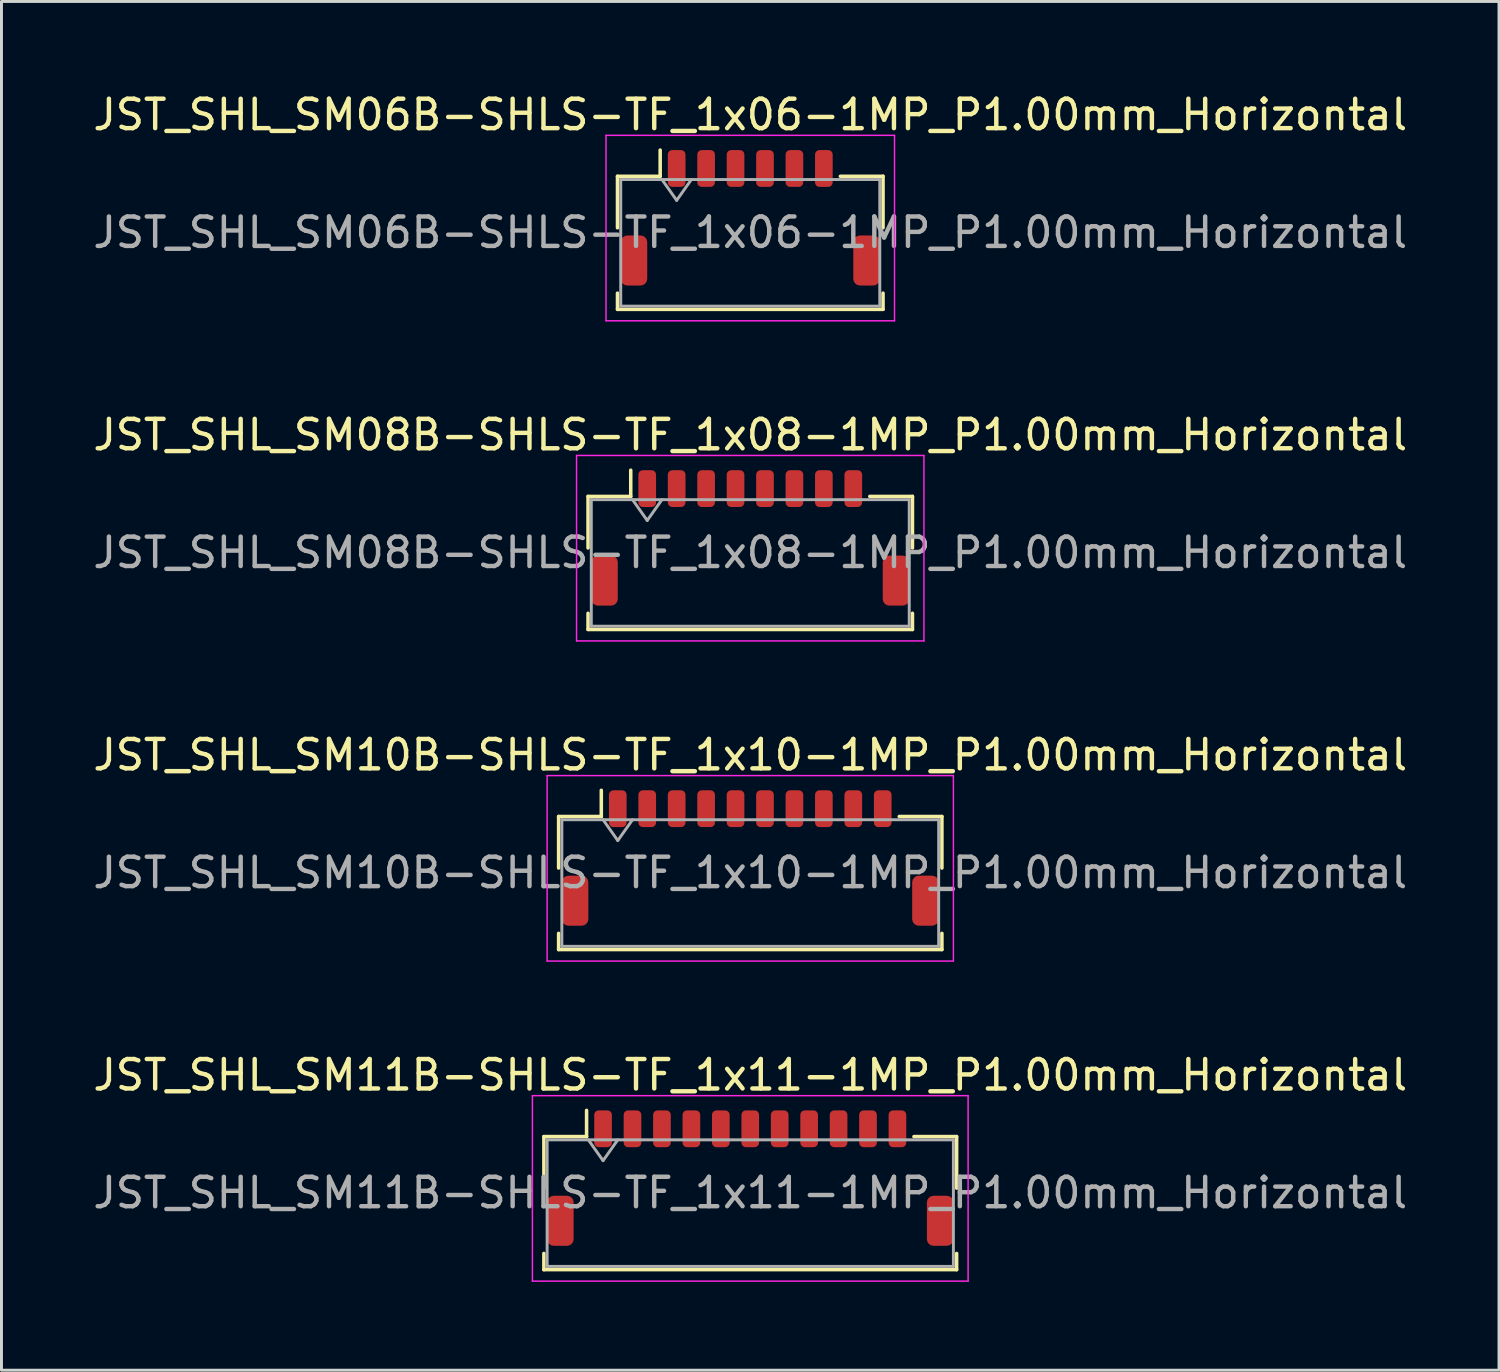
<source format=kicad_pcb>
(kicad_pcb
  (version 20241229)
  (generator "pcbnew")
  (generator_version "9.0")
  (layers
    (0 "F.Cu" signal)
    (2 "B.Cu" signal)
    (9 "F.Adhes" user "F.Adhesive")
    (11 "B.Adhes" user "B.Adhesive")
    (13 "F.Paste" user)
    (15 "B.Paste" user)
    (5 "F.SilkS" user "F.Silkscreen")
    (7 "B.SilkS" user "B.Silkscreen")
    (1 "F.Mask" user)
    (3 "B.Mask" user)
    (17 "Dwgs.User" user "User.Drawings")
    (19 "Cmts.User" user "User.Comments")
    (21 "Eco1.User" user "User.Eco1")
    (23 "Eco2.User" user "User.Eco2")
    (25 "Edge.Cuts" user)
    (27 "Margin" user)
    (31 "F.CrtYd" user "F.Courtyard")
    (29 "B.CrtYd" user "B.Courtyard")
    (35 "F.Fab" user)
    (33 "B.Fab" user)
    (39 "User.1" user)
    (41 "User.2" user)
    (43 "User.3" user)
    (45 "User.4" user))
  (footprint "JST_SHL_SM10B-SHLS-TF_1x10-1MP_P1.00mm_Horizontal"
    (layer "F.Cu")
    (at 22.435 26.095)
    (property "Reference" "JST_SHL_SM10B-SHLS-TF_1x10-1MP_P1.00mm_Horizontal" (at 0 -3.5 0) (layer "F.SilkS") (effects (font (size 1 1) (thickness 0.15))))
    (attr smd)
    (fp_line (start -6.51 -1.41) (end -5.06 -1.41) (stroke (width 0.12) (type solid)) (layer "F.SilkS"))
    (fp_line (start -6.51 0.34) (end -6.51 -1.41) (stroke (width 0.12) (type solid)) (layer "F.SilkS"))
    (fp_line (start -6.51 2.56) (end -6.51 3.11) (stroke (width 0.12) (type solid)) (layer "F.SilkS"))
    (fp_line (start -6.51 3.11) (end 6.51 3.11) (stroke (width 0.12) (type solid)) (layer "F.SilkS"))
    (fp_line (start -5.06 -1.41) (end -5.06 -2.3) (stroke (width 0.12) (type solid)) (layer "F.SilkS"))
    (fp_line (start 6.51 -1.41) (end 5.06 -1.41) (stroke (width 0.12) (type solid)) (layer "F.SilkS"))
    (fp_line (start 6.51 0.34) (end 6.51 -1.41) (stroke (width 0.12) (type solid)) (layer "F.SilkS"))
    (fp_line (start 6.51 3.11) (end 6.51 2.56) (stroke (width 0.12) (type solid)) (layer "F.SilkS"))
    (fp_line (start -6.9 -2.8) (end -6.9 3.5) (stroke (width 0.05) (type solid)) (layer "F.CrtYd"))
    (fp_line (start -6.9 3.5) (end 6.9 3.5) (stroke (width 0.05) (type solid)) (layer "F.CrtYd"))
    (fp_line (start 6.9 -2.8) (end -6.9 -2.8) (stroke (width 0.05) (type solid)) (layer "F.CrtYd"))
    (fp_line (start 6.9 3.5) (end 6.9 -2.8) (stroke (width 0.05) (type solid)) (layer "F.CrtYd"))
    (fp_line (start -6.4 -1.3) (end -6.4 3) (stroke (width 0.1) (type solid)) (layer "F.Fab"))
    (fp_line (start -6.4 -1.3) (end 6.4 -1.3) (stroke (width 0.1) (type solid)) (layer "F.Fab"))
    (fp_line (start -6.4 3) (end 6.4 3) (stroke (width 0.1) (type solid)) (layer "F.Fab"))
    (fp_line (start -5 -1.3) (end -4.5 -0.593) (stroke (width 0.1) (type solid)) (layer "F.Fab"))
    (fp_line (start -4.5 -0.593) (end -4 -1.3) (stroke (width 0.1) (type solid)) (layer "F.Fab"))
    (fp_line (start 6.4 -1.3) (end 6.4 3) (stroke (width 0.1) (type solid)) (layer "F.Fab"))
    (fp_text user "${REFERENCE}" (at 0 0.5 0) (layer "F.Fab") (effects (font (size 1 1) (thickness 0.15))))
    (pad "1" smd roundrect (at -4.5 -1.675) (size 0.6 1.25) (layers "F.Cu" "F.Mask" "F.Paste") (roundrect_rratio 0.25))
    (pad "2" smd roundrect (at -3.5 -1.675) (size 0.6 1.25) (layers "F.Cu" "F.Mask" "F.Paste") (roundrect_rratio 0.25))
    (pad "3" smd roundrect (at -2.5 -1.675) (size 0.6 1.25) (layers "F.Cu" "F.Mask" "F.Paste") (roundrect_rratio 0.25))
    (pad "4" smd roundrect (at -1.5 -1.675) (size 0.6 1.25) (layers "F.Cu" "F.Mask" "F.Paste") (roundrect_rratio 0.25))
    (pad "5" smd roundrect (at -0.5 -1.675) (size 0.6 1.25) (layers "F.Cu" "F.Mask" "F.Paste") (roundrect_rratio 0.25))
    (pad "6" smd roundrect (at 0.5 -1.675) (size 0.6 1.25) (layers "F.Cu" "F.Mask" "F.Paste") (roundrect_rratio 0.25))
    (pad "7" smd roundrect (at 1.5 -1.675) (size 0.6 1.25) (layers "F.Cu" "F.Mask" "F.Paste") (roundrect_rratio 0.25))
    (pad "8" smd roundrect (at 2.5 -1.675) (size 0.6 1.25) (layers "F.Cu" "F.Mask" "F.Paste") (roundrect_rratio 0.25))
    (pad "9" smd roundrect (at 3.5 -1.675) (size 0.6 1.25) (layers "F.Cu" "F.Mask" "F.Paste") (roundrect_rratio 0.25))
    (pad "10" smd roundrect (at 4.5 -1.675) (size 0.6 1.25) (layers "F.Cu" "F.Mask" "F.Paste") (roundrect_rratio 0.25))
    (pad "MP" smd roundrect (at -5.95 1.45) (size 0.9 1.7) (layers "F.Cu" "F.Mask" "F.Paste") (roundrect_rratio 0.25))
    (pad "MP" smd roundrect (at 5.95 1.45) (size 0.9 1.7) (layers "F.Cu" "F.Mask" "F.Paste") (roundrect_rratio 0.25)))
  (footprint "JST_SHL_SM11B-SHLS-TF_1x11-1MP_P1.00mm_Horizontal"
    (layer "F.Cu")
    (at 22.435 36.968)
    (property "Reference" "JST_SHL_SM11B-SHLS-TF_1x11-1MP_P1.00mm_Horizontal" (at 0 -3.5 0) (layer "F.SilkS") (effects (font (size 1 1) (thickness 0.15))))
    (attr smd)
    (fp_line (start -7.01 -1.41) (end -5.56 -1.41) (stroke (width 0.12) (type solid)) (layer "F.SilkS"))
    (fp_line (start -7.01 0.34) (end -7.01 -1.41) (stroke (width 0.12) (type solid)) (layer "F.SilkS"))
    (fp_line (start -7.01 2.56) (end -7.01 3.11) (stroke (width 0.12) (type solid)) (layer "F.SilkS"))
    (fp_line (start -7.01 3.11) (end 7.01 3.11) (stroke (width 0.12) (type solid)) (layer "F.SilkS"))
    (fp_line (start -5.56 -1.41) (end -5.56 -2.3) (stroke (width 0.12) (type solid)) (layer "F.SilkS"))
    (fp_line (start 7.01 -1.41) (end 5.56 -1.41) (stroke (width 0.12) (type solid)) (layer "F.SilkS"))
    (fp_line (start 7.01 0.34) (end 7.01 -1.41) (stroke (width 0.12) (type solid)) (layer "F.SilkS"))
    (fp_line (start 7.01 3.11) (end 7.01 2.56) (stroke (width 0.12) (type solid)) (layer "F.SilkS"))
    (fp_line (start -7.4 -2.8) (end -7.4 3.5) (stroke (width 0.05) (type solid)) (layer "F.CrtYd"))
    (fp_line (start -7.4 3.5) (end 7.4 3.5) (stroke (width 0.05) (type solid)) (layer "F.CrtYd"))
    (fp_line (start 7.4 -2.8) (end -7.4 -2.8) (stroke (width 0.05) (type solid)) (layer "F.CrtYd"))
    (fp_line (start 7.4 3.5) (end 7.4 -2.8) (stroke (width 0.05) (type solid)) (layer "F.CrtYd"))
    (fp_line (start -6.9 -1.3) (end -6.9 3) (stroke (width 0.1) (type solid)) (layer "F.Fab"))
    (fp_line (start -6.9 -1.3) (end 6.9 -1.3) (stroke (width 0.1) (type solid)) (layer "F.Fab"))
    (fp_line (start -6.9 3) (end 6.9 3) (stroke (width 0.1) (type solid)) (layer "F.Fab"))
    (fp_line (start -5.5 -1.3) (end -5 -0.593) (stroke (width 0.1) (type solid)) (layer "F.Fab"))
    (fp_line (start -5 -0.593) (end -4.5 -1.3) (stroke (width 0.1) (type solid)) (layer "F.Fab"))
    (fp_line (start 6.9 -1.3) (end 6.9 3) (stroke (width 0.1) (type solid)) (layer "F.Fab"))
    (fp_text user "${REFERENCE}" (at 0 0.5 0) (layer "F.Fab") (effects (font (size 1 1) (thickness 0.15))))
    (pad "1" smd roundrect (at -5 -1.675) (size 0.6 1.25) (layers "F.Cu" "F.Mask" "F.Paste") (roundrect_rratio 0.25))
    (pad "2" smd roundrect (at -4 -1.675) (size 0.6 1.25) (layers "F.Cu" "F.Mask" "F.Paste") (roundrect_rratio 0.25))
    (pad "3" smd roundrect (at -3 -1.675) (size 0.6 1.25) (layers "F.Cu" "F.Mask" "F.Paste") (roundrect_rratio 0.25))
    (pad "4" smd roundrect (at -2 -1.675) (size 0.6 1.25) (layers "F.Cu" "F.Mask" "F.Paste") (roundrect_rratio 0.25))
    (pad "5" smd roundrect (at -1 -1.675) (size 0.6 1.25) (layers "F.Cu" "F.Mask" "F.Paste") (roundrect_rratio 0.25))
    (pad "6" smd roundrect (at 0 -1.675) (size 0.6 1.25) (layers "F.Cu" "F.Mask" "F.Paste") (roundrect_rratio 0.25))
    (pad "7" smd roundrect (at 1 -1.675) (size 0.6 1.25) (layers "F.Cu" "F.Mask" "F.Paste") (roundrect_rratio 0.25))
    (pad "8" smd roundrect (at 2 -1.675) (size 0.6 1.25) (layers "F.Cu" "F.Mask" "F.Paste") (roundrect_rratio 0.25))
    (pad "9" smd roundrect (at 3 -1.675) (size 0.6 1.25) (layers "F.Cu" "F.Mask" "F.Paste") (roundrect_rratio 0.25))
    (pad "10" smd roundrect (at 4 -1.675) (size 0.6 1.25) (layers "F.Cu" "F.Mask" "F.Paste") (roundrect_rratio 0.25))
    (pad "11" smd roundrect (at 5 -1.675) (size 0.6 1.25) (layers "F.Cu" "F.Mask" "F.Paste") (roundrect_rratio 0.25))
    (pad "MP" smd roundrect (at -6.45 1.45) (size 0.9 1.7) (layers "F.Cu" "F.Mask" "F.Paste") (roundrect_rratio 0.25))
    (pad "MP" smd roundrect (at 6.45 1.45) (size 0.9 1.7) (layers "F.Cu" "F.Mask" "F.Paste") (roundrect_rratio 0.25)))
  (footprint "JST_SHL_SM08B-SHLS-TF_1x08-1MP_P1.00mm_Horizontal"
    (layer "F.Cu")
    (at 22.435 15.222)
    (property "Reference" "JST_SHL_SM08B-SHLS-TF_1x08-1MP_P1.00mm_Horizontal" (at 0 -3.5 0) (layer "F.SilkS") (effects (font (size 1 1) (thickness 0.15))))
    (attr smd)
    (fp_line (start -5.51 -1.41) (end -4.06 -1.41) (stroke (width 0.12) (type solid)) (layer "F.SilkS"))
    (fp_line (start -5.51 0.34) (end -5.51 -1.41) (stroke (width 0.12) (type solid)) (layer "F.SilkS"))
    (fp_line (start -5.51 2.56) (end -5.51 3.11) (stroke (width 0.12) (type solid)) (layer "F.SilkS"))
    (fp_line (start -5.51 3.11) (end 5.51 3.11) (stroke (width 0.12) (type solid)) (layer "F.SilkS"))
    (fp_line (start -4.06 -1.41) (end -4.06 -2.3) (stroke (width 0.12) (type solid)) (layer "F.SilkS"))
    (fp_line (start 5.51 -1.41) (end 4.06 -1.41) (stroke (width 0.12) (type solid)) (layer "F.SilkS"))
    (fp_line (start 5.51 0.34) (end 5.51 -1.41) (stroke (width 0.12) (type solid)) (layer "F.SilkS"))
    (fp_line (start 5.51 3.11) (end 5.51 2.56) (stroke (width 0.12) (type solid)) (layer "F.SilkS"))
    (fp_line (start -5.9 -2.8) (end -5.9 3.5) (stroke (width 0.05) (type solid)) (layer "F.CrtYd"))
    (fp_line (start -5.9 3.5) (end 5.9 3.5) (stroke (width 0.05) (type solid)) (layer "F.CrtYd"))
    (fp_line (start 5.9 -2.8) (end -5.9 -2.8) (stroke (width 0.05) (type solid)) (layer "F.CrtYd"))
    (fp_line (start 5.9 3.5) (end 5.9 -2.8) (stroke (width 0.05) (type solid)) (layer "F.CrtYd"))
    (fp_line (start -5.4 -1.3) (end -5.4 3) (stroke (width 0.1) (type solid)) (layer "F.Fab"))
    (fp_line (start -5.4 -1.3) (end 5.4 -1.3) (stroke (width 0.1) (type solid)) (layer "F.Fab"))
    (fp_line (start -5.4 3) (end 5.4 3) (stroke (width 0.1) (type solid)) (layer "F.Fab"))
    (fp_line (start -4 -1.3) (end -3.5 -0.593) (stroke (width 0.1) (type solid)) (layer "F.Fab"))
    (fp_line (start -3.5 -0.593) (end -3 -1.3) (stroke (width 0.1) (type solid)) (layer "F.Fab"))
    (fp_line (start 5.4 -1.3) (end 5.4 3) (stroke (width 0.1) (type solid)) (layer "F.Fab"))
    (fp_text user "${REFERENCE}" (at 0 0.5 0) (layer "F.Fab") (effects (font (size 1 1) (thickness 0.15))))
    (pad "1" smd roundrect (at -3.5 -1.675) (size 0.6 1.25) (layers "F.Cu" "F.Mask" "F.Paste") (roundrect_rratio 0.25))
    (pad "2" smd roundrect (at -2.5 -1.675) (size 0.6 1.25) (layers "F.Cu" "F.Mask" "F.Paste") (roundrect_rratio 0.25))
    (pad "3" smd roundrect (at -1.5 -1.675) (size 0.6 1.25) (layers "F.Cu" "F.Mask" "F.Paste") (roundrect_rratio 0.25))
    (pad "4" smd roundrect (at -0.5 -1.675) (size 0.6 1.25) (layers "F.Cu" "F.Mask" "F.Paste") (roundrect_rratio 0.25))
    (pad "5" smd roundrect (at 0.5 -1.675) (size 0.6 1.25) (layers "F.Cu" "F.Mask" "F.Paste") (roundrect_rratio 0.25))
    (pad "6" smd roundrect (at 1.5 -1.675) (size 0.6 1.25) (layers "F.Cu" "F.Mask" "F.Paste") (roundrect_rratio 0.25))
    (pad "7" smd roundrect (at 2.5 -1.675) (size 0.6 1.25) (layers "F.Cu" "F.Mask" "F.Paste") (roundrect_rratio 0.25))
    (pad "8" smd roundrect (at 3.5 -1.675) (size 0.6 1.25) (layers "F.Cu" "F.Mask" "F.Paste") (roundrect_rratio 0.25))
    (pad "MP" smd roundrect (at -4.95 1.45) (size 0.9 1.7) (layers "F.Cu" "F.Mask" "F.Paste") (roundrect_rratio 0.25))
    (pad "MP" smd roundrect (at 4.95 1.45) (size 0.9 1.7) (layers "F.Cu" "F.Mask" "F.Paste") (roundrect_rratio 0.25)))
  (footprint "JST_SHL_SM06B-SHLS-TF_1x06-1MP_P1.00mm_Horizontal"
    (layer "F.Cu")
    (at 22.435 4.348)
    (property "Reference" "JST_SHL_SM06B-SHLS-TF_1x06-1MP_P1.00mm_Horizontal" (at 0 -3.5 0) (layer "F.SilkS") (effects (font (size 1 1) (thickness 0.15))))
    (attr smd)
    (fp_line (start -4.51 -1.41) (end -3.06 -1.41) (stroke (width 0.12) (type solid)) (layer "F.SilkS"))
    (fp_line (start -4.51 0.34) (end -4.51 -1.41) (stroke (width 0.12) (type solid)) (layer "F.SilkS"))
    (fp_line (start -4.51 2.56) (end -4.51 3.11) (stroke (width 0.12) (type solid)) (layer "F.SilkS"))
    (fp_line (start -4.51 3.11) (end 4.51 3.11) (stroke (width 0.12) (type solid)) (layer "F.SilkS"))
    (fp_line (start -3.06 -1.41) (end -3.06 -2.3) (stroke (width 0.12) (type solid)) (layer "F.SilkS"))
    (fp_line (start 4.51 -1.41) (end 3.06 -1.41) (stroke (width 0.12) (type solid)) (layer "F.SilkS"))
    (fp_line (start 4.51 0.34) (end 4.51 -1.41) (stroke (width 0.12) (type solid)) (layer "F.SilkS"))
    (fp_line (start 4.51 3.11) (end 4.51 2.56) (stroke (width 0.12) (type solid)) (layer "F.SilkS"))
    (fp_line (start -4.9 -2.8) (end -4.9 3.5) (stroke (width 0.05) (type solid)) (layer "F.CrtYd"))
    (fp_line (start -4.9 3.5) (end 4.9 3.5) (stroke (width 0.05) (type solid)) (layer "F.CrtYd"))
    (fp_line (start 4.9 -2.8) (end -4.9 -2.8) (stroke (width 0.05) (type solid)) (layer "F.CrtYd"))
    (fp_line (start 4.9 3.5) (end 4.9 -2.8) (stroke (width 0.05) (type solid)) (layer "F.CrtYd"))
    (fp_line (start -4.4 -1.3) (end -4.4 3) (stroke (width 0.1) (type solid)) (layer "F.Fab"))
    (fp_line (start -4.4 -1.3) (end 4.4 -1.3) (stroke (width 0.1) (type solid)) (layer "F.Fab"))
    (fp_line (start -4.4 3) (end 4.4 3) (stroke (width 0.1) (type solid)) (layer "F.Fab"))
    (fp_line (start -3 -1.3) (end -2.5 -0.593) (stroke (width 0.1) (type solid)) (layer "F.Fab"))
    (fp_line (start -2.5 -0.593) (end -2 -1.3) (stroke (width 0.1) (type solid)) (layer "F.Fab"))
    (fp_line (start 4.4 -1.3) (end 4.4 3) (stroke (width 0.1) (type solid)) (layer "F.Fab"))
    (fp_text user "${REFERENCE}" (at 0 0.5 0) (layer "F.Fab") (effects (font (size 1 1) (thickness 0.15))))
    (pad "1" smd roundrect (at -2.5 -1.675) (size 0.6 1.25) (layers "F.Cu" "F.Mask" "F.Paste") (roundrect_rratio 0.25))
    (pad "2" smd roundrect (at -1.5 -1.675) (size 0.6 1.25) (layers "F.Cu" "F.Mask" "F.Paste") (roundrect_rratio 0.25))
    (pad "3" smd roundrect (at -0.5 -1.675) (size 0.6 1.25) (layers "F.Cu" "F.Mask" "F.Paste") (roundrect_rratio 0.25))
    (pad "4" smd roundrect (at 0.5 -1.675) (size 0.6 1.25) (layers "F.Cu" "F.Mask" "F.Paste") (roundrect_rratio 0.25))
    (pad "5" smd roundrect (at 1.5 -1.675) (size 0.6 1.25) (layers "F.Cu" "F.Mask" "F.Paste") (roundrect_rratio 0.25))
    (pad "6" smd roundrect (at 2.5 -1.675) (size 0.6 1.25) (layers "F.Cu" "F.Mask" "F.Paste") (roundrect_rratio 0.25))
    (pad "MP" smd roundrect (at -3.95 1.45) (size 0.9 1.7) (layers "F.Cu" "F.Mask" "F.Paste") (roundrect_rratio 0.25))
    (pad "MP" smd roundrect (at 3.95 1.45) (size 0.9 1.7) (layers "F.Cu" "F.Mask" "F.Paste") (roundrect_rratio 0.25)))
  (gr_rect
    (start -3 -3)
    (end 47.869 43.493)
    (stroke (width 0.1) (type default))
    (fill no)
    (layer "Edge.Cuts")))
</source>
